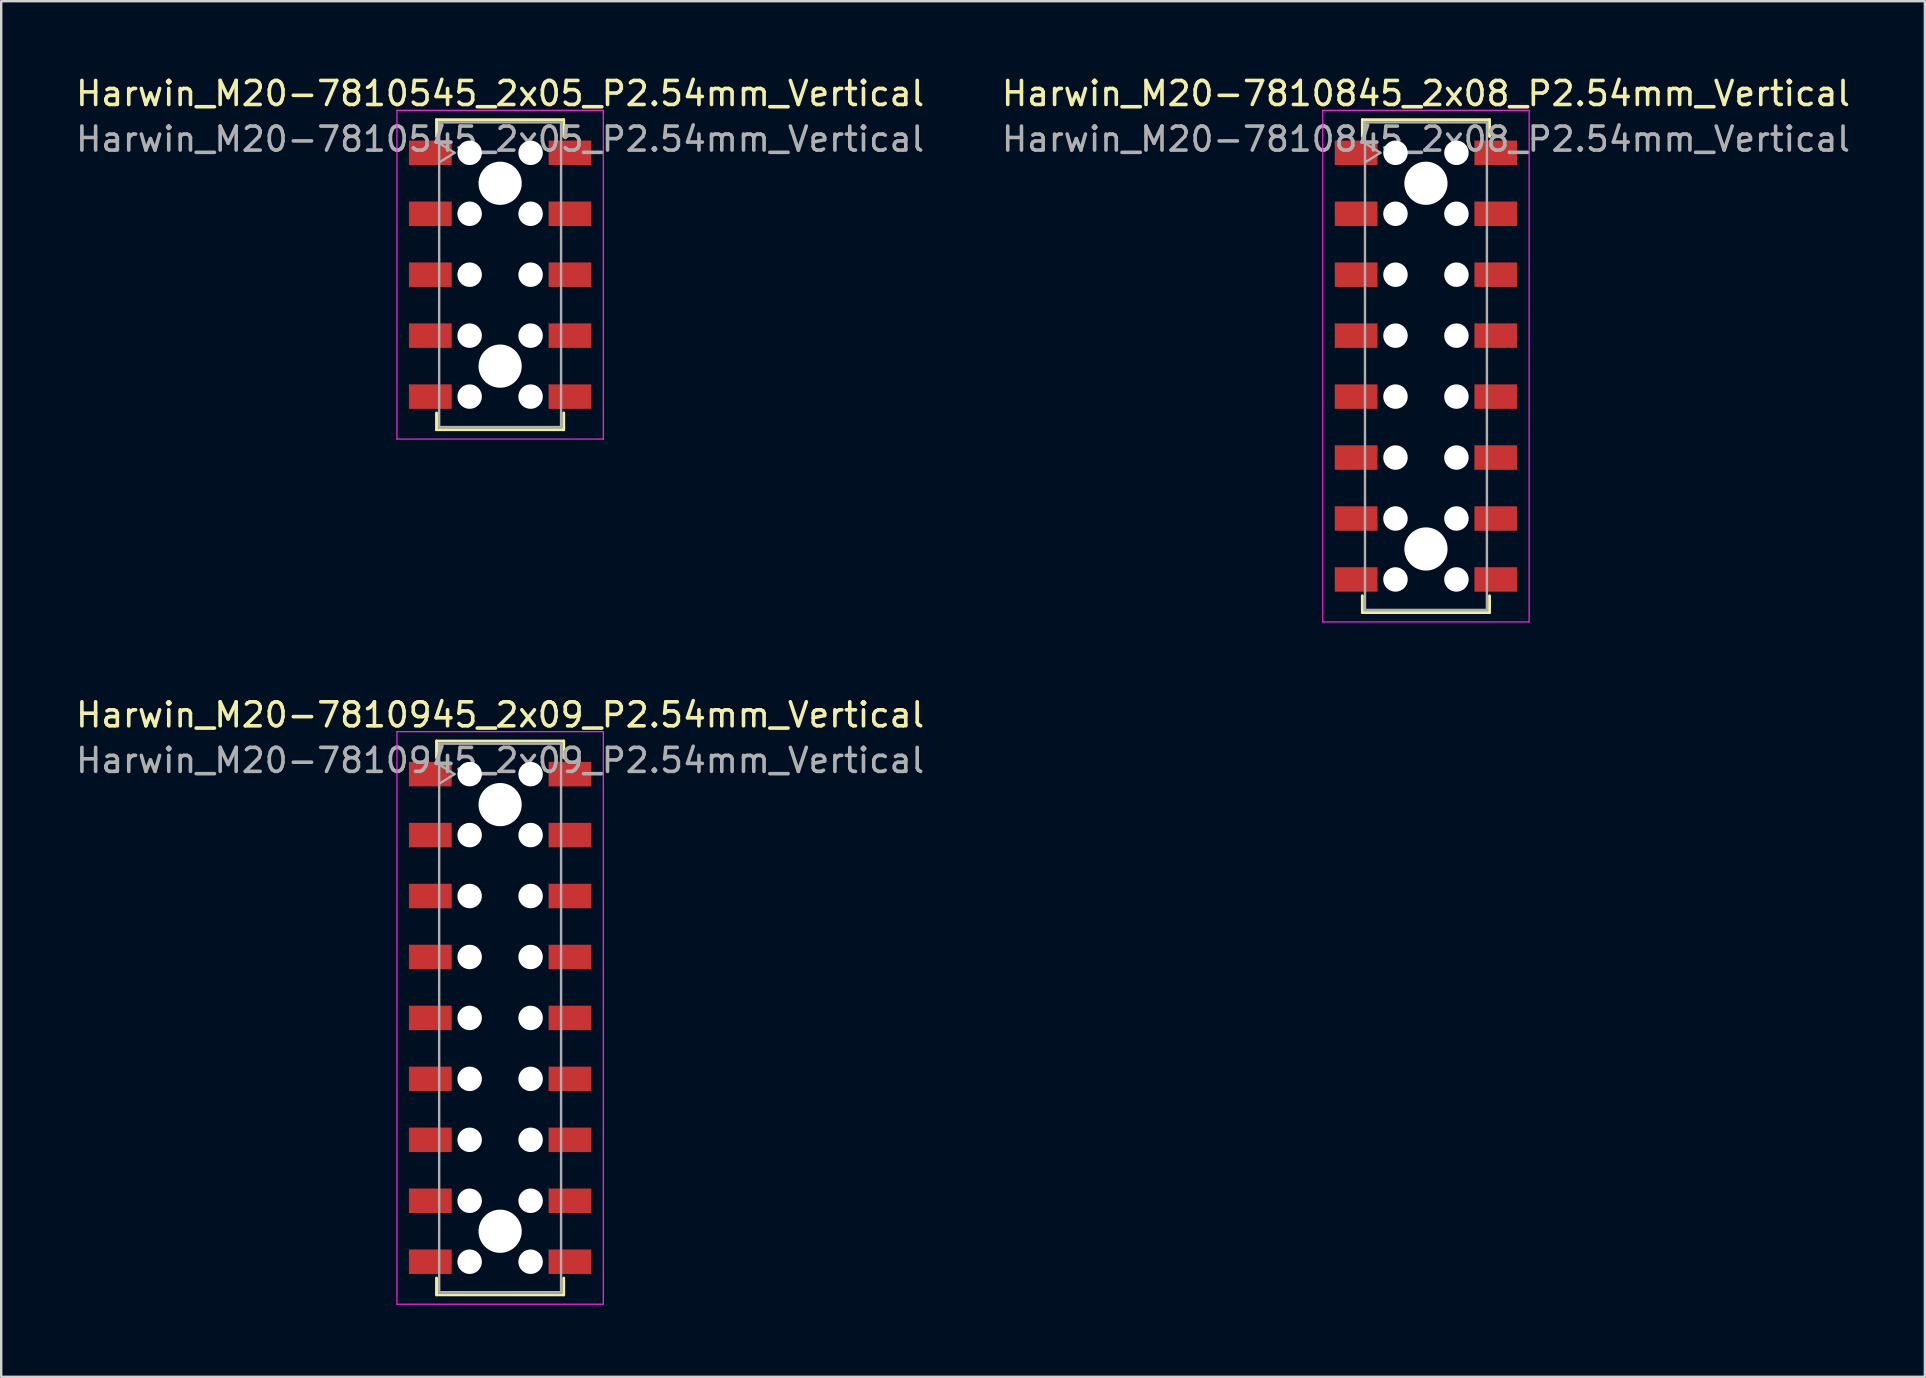
<source format=kicad_pcb>
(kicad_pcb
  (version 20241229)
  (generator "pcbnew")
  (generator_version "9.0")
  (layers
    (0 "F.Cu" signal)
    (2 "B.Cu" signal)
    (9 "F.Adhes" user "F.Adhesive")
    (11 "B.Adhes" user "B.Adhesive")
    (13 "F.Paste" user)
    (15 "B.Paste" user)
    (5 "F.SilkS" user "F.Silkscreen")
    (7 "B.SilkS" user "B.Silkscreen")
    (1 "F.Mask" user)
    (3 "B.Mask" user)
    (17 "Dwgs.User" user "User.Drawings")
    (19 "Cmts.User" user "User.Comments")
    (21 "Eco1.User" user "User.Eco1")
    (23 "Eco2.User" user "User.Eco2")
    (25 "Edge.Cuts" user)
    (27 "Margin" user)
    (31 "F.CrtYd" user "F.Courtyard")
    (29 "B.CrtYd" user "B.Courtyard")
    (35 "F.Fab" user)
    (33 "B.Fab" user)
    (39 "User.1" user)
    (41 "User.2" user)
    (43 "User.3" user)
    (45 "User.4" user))
  (footprint "Harwin_M20-7810545_2x05_P2.54mm_Vertical"
    (layer "F.Cu")
    (at 17.792 8.398)
    (property "Reference" "Harwin_M20-7810545_2x05_P2.54mm_Vertical" (at 0 -7.55 0) (layer "F.SilkS") (effects (font (size 1 1) (thickness 0.15))))
    (attr smd)
    (fp_line (start -2.65 -6.46) (end 2.65 -6.46) (stroke (width 0.12) (type solid)) (layer "F.SilkS"))
    (fp_line (start -2.65 -5.76) (end -2.65 -6.46) (stroke (width 0.12) (type solid)) (layer "F.SilkS"))
    (fp_line (start -2.65 5.76) (end -2.65 6.46) (stroke (width 0.12) (type solid)) (layer "F.SilkS"))
    (fp_line (start -2.65 6.46) (end 2.65 6.46) (stroke (width 0.12) (type solid)) (layer "F.SilkS"))
    (fp_line (start 2.65 -6.46) (end 2.65 -5.76) (stroke (width 0.12) (type solid)) (layer "F.SilkS"))
    (fp_line (start 2.65 6.46) (end 2.65 5.76) (stroke (width 0.12) (type solid)) (layer "F.SilkS"))
    (fp_line (start -4.3 -6.85) (end 4.3 -6.85) (stroke (width 0.05) (type solid)) (layer "F.CrtYd"))
    (fp_line (start -4.3 6.85) (end -4.3 -6.85) (stroke (width 0.05) (type solid)) (layer "F.CrtYd"))
    (fp_line (start 4.3 -6.85) (end 4.3 6.85) (stroke (width 0.05) (type solid)) (layer "F.CrtYd"))
    (fp_line (start 4.3 6.85) (end -4.3 6.85) (stroke (width 0.05) (type solid)) (layer "F.CrtYd"))
    (fp_line (start -2.54 -6.35) (end 2.54 -6.35) (stroke (width 0.1) (type solid)) (layer "F.Fab"))
    (fp_line (start -2.54 -5.48) (end -1.9 -5.08) (stroke (width 0.1) (type solid)) (layer "F.Fab"))
    (fp_line (start -2.54 6.35) (end -2.54 -6.35) (stroke (width 0.1) (type solid)) (layer "F.Fab"))
    (fp_line (start -1.9 -5.08) (end -2.54 -4.68) (stroke (width 0.1) (type solid)) (layer "F.Fab"))
    (fp_line (start 2.54 -6.35) (end 2.54 6.35) (stroke (width 0.1) (type solid)) (layer "F.Fab"))
    (fp_line (start 2.54 6.35) (end -2.54 6.35) (stroke (width 0.1) (type solid)) (layer "F.Fab"))
    (fp_text user "${REFERENCE}" (at 0 -5.65 0) (layer "F.Fab") (effects (font (size 1 1) (thickness 0.15))))
    (pad "" np_thru_hole circle (at -1.27 -5.08) (size 1.02 1.02) (drill 1.02) (layers "*.Cu" "*.Mask"))
    (pad "" np_thru_hole circle (at -1.27 -2.54) (size 1.02 1.02) (drill 1.02) (layers "*.Cu" "*.Mask"))
    (pad "" np_thru_hole circle (at -1.27 0) (size 1.02 1.02) (drill 1.02) (layers "*.Cu" "*.Mask"))
    (pad "" np_thru_hole circle (at -1.27 2.54) (size 1.02 1.02) (drill 1.02) (layers "*.Cu" "*.Mask"))
    (pad "" np_thru_hole circle (at -1.27 5.08) (size 1.02 1.02) (drill 1.02) (layers "*.Cu" "*.Mask"))
    (pad "" np_thru_hole circle (at 0 -3.81) (size 1.8 1.8) (drill 1.8) (layers "*.Cu" "*.Mask"))
    (pad "" np_thru_hole circle (at 0 3.81) (size 1.8 1.8) (drill 1.8) (layers "*.Cu" "*.Mask"))
    (pad "" np_thru_hole circle (at 1.27 -5.08) (size 1.02 1.02) (drill 1.02) (layers "*.Cu" "*.Mask"))
    (pad "" np_thru_hole circle (at 1.27 -2.54) (size 1.02 1.02) (drill 1.02) (layers "*.Cu" "*.Mask"))
    (pad "" np_thru_hole circle (at 1.27 0) (size 1.02 1.02) (drill 1.02) (layers "*.Cu" "*.Mask"))
    (pad "" np_thru_hole circle (at 1.27 2.54) (size 1.02 1.02) (drill 1.02) (layers "*.Cu" "*.Mask"))
    (pad "" np_thru_hole circle (at 1.27 5.08) (size 1.02 1.02) (drill 1.02) (layers "*.Cu" "*.Mask"))
    (pad "1" smd rect (at -2.91 -5.08) (size 1.78 1.02) (layers "F.Cu" "F.Mask" "F.Paste"))
    (pad "2" smd rect (at -2.91 -2.54) (size 1.78 1.02) (layers "F.Cu" "F.Mask" "F.Paste"))
    (pad "3" smd rect (at -2.91 0) (size 1.78 1.02) (layers "F.Cu" "F.Mask" "F.Paste"))
    (pad "4" smd rect (at -2.91 2.54) (size 1.78 1.02) (layers "F.Cu" "F.Mask" "F.Paste"))
    (pad "5" smd rect (at -2.91 5.08) (size 1.78 1.02) (layers "F.Cu" "F.Mask" "F.Paste"))
    (pad "6" smd rect (at 2.91 -5.08) (size 1.78 1.02) (layers "F.Cu" "F.Mask" "F.Paste"))
    (pad "7" smd rect (at 2.91 -2.54) (size 1.78 1.02) (layers "F.Cu" "F.Mask" "F.Paste"))
    (pad "8" smd rect (at 2.91 0) (size 1.78 1.02) (layers "F.Cu" "F.Mask" "F.Paste"))
    (pad "9" smd rect (at 2.91 2.54) (size 1.78 1.02) (layers "F.Cu" "F.Mask" "F.Paste"))
    (pad "10" smd rect (at 2.91 5.08) (size 1.78 1.02) (layers "F.Cu" "F.Mask" "F.Paste")))
  (footprint "Harwin_M20-7810945_2x09_P2.54mm_Vertical"
    (layer "F.Cu")
    (at 17.792 39.371)
    (property "Reference" "Harwin_M20-7810945_2x09_P2.54mm_Vertical" (at 0 -12.63 0) (layer "F.SilkS") (effects (font (size 1 1) (thickness 0.15))))
    (attr smd)
    (fp_line (start -2.65 -11.54) (end 2.65 -11.54) (stroke (width 0.12) (type solid)) (layer "F.SilkS"))
    (fp_line (start -2.65 -10.84) (end -2.65 -11.54) (stroke (width 0.12) (type solid)) (layer "F.SilkS"))
    (fp_line (start -2.65 10.84) (end -2.65 11.54) (stroke (width 0.12) (type solid)) (layer "F.SilkS"))
    (fp_line (start -2.65 11.54) (end 2.65 11.54) (stroke (width 0.12) (type solid)) (layer "F.SilkS"))
    (fp_line (start 2.65 -11.54) (end 2.65 -10.84) (stroke (width 0.12) (type solid)) (layer "F.SilkS"))
    (fp_line (start 2.65 11.54) (end 2.65 10.84) (stroke (width 0.12) (type solid)) (layer "F.SilkS"))
    (fp_line (start -4.3 -11.93) (end 4.3 -11.93) (stroke (width 0.05) (type solid)) (layer "F.CrtYd"))
    (fp_line (start -4.3 11.93) (end -4.3 -11.93) (stroke (width 0.05) (type solid)) (layer "F.CrtYd"))
    (fp_line (start 4.3 -11.93) (end 4.3 11.93) (stroke (width 0.05) (type solid)) (layer "F.CrtYd"))
    (fp_line (start 4.3 11.93) (end -4.3 11.93) (stroke (width 0.05) (type solid)) (layer "F.CrtYd"))
    (fp_line (start -2.54 -11.43) (end 2.54 -11.43) (stroke (width 0.1) (type solid)) (layer "F.Fab"))
    (fp_line (start -2.54 -10.56) (end -1.9 -10.16) (stroke (width 0.1) (type solid)) (layer "F.Fab"))
    (fp_line (start -2.54 11.43) (end -2.54 -11.43) (stroke (width 0.1) (type solid)) (layer "F.Fab"))
    (fp_line (start -1.9 -10.16) (end -2.54 -9.76) (stroke (width 0.1) (type solid)) (layer "F.Fab"))
    (fp_line (start 2.54 -11.43) (end 2.54 11.43) (stroke (width 0.1) (type solid)) (layer "F.Fab"))
    (fp_line (start 2.54 11.43) (end -2.54 11.43) (stroke (width 0.1) (type solid)) (layer "F.Fab"))
    (fp_text user "${REFERENCE}" (at 0 -10.73 0) (layer "F.Fab") (effects (font (size 1 1) (thickness 0.15))))
    (pad "" np_thru_hole circle (at -1.27 -10.16) (size 1.02 1.02) (drill 1.02) (layers "*.Cu" "*.Mask"))
    (pad "" np_thru_hole circle (at -1.27 -7.62) (size 1.02 1.02) (drill 1.02) (layers "*.Cu" "*.Mask"))
    (pad "" np_thru_hole circle (at -1.27 -5.08) (size 1.02 1.02) (drill 1.02) (layers "*.Cu" "*.Mask"))
    (pad "" np_thru_hole circle (at -1.27 -2.54) (size 1.02 1.02) (drill 1.02) (layers "*.Cu" "*.Mask"))
    (pad "" np_thru_hole circle (at -1.27 0) (size 1.02 1.02) (drill 1.02) (layers "*.Cu" "*.Mask"))
    (pad "" np_thru_hole circle (at -1.27 2.54) (size 1.02 1.02) (drill 1.02) (layers "*.Cu" "*.Mask"))
    (pad "" np_thru_hole circle (at -1.27 5.08) (size 1.02 1.02) (drill 1.02) (layers "*.Cu" "*.Mask"))
    (pad "" np_thru_hole circle (at -1.27 7.62) (size 1.02 1.02) (drill 1.02) (layers "*.Cu" "*.Mask"))
    (pad "" np_thru_hole circle (at -1.27 10.16) (size 1.02 1.02) (drill 1.02) (layers "*.Cu" "*.Mask"))
    (pad "" np_thru_hole circle (at 0 -8.89) (size 1.8 1.8) (drill 1.8) (layers "*.Cu" "*.Mask"))
    (pad "" np_thru_hole circle (at 0 8.89) (size 1.8 1.8) (drill 1.8) (layers "*.Cu" "*.Mask"))
    (pad "" np_thru_hole circle (at 1.27 -10.16) (size 1.02 1.02) (drill 1.02) (layers "*.Cu" "*.Mask"))
    (pad "" np_thru_hole circle (at 1.27 -7.62) (size 1.02 1.02) (drill 1.02) (layers "*.Cu" "*.Mask"))
    (pad "" np_thru_hole circle (at 1.27 -5.08) (size 1.02 1.02) (drill 1.02) (layers "*.Cu" "*.Mask"))
    (pad "" np_thru_hole circle (at 1.27 -2.54) (size 1.02 1.02) (drill 1.02) (layers "*.Cu" "*.Mask"))
    (pad "" np_thru_hole circle (at 1.27 0) (size 1.02 1.02) (drill 1.02) (layers "*.Cu" "*.Mask"))
    (pad "" np_thru_hole circle (at 1.27 2.54) (size 1.02 1.02) (drill 1.02) (layers "*.Cu" "*.Mask"))
    (pad "" np_thru_hole circle (at 1.27 5.08) (size 1.02 1.02) (drill 1.02) (layers "*.Cu" "*.Mask"))
    (pad "" np_thru_hole circle (at 1.27 7.62) (size 1.02 1.02) (drill 1.02) (layers "*.Cu" "*.Mask"))
    (pad "" np_thru_hole circle (at 1.27 10.16) (size 1.02 1.02) (drill 1.02) (layers "*.Cu" "*.Mask"))
    (pad "1" smd rect (at -2.91 -10.16) (size 1.78 1.02) (layers "F.Cu" "F.Mask" "F.Paste"))
    (pad "2" smd rect (at -2.91 -7.62) (size 1.78 1.02) (layers "F.Cu" "F.Mask" "F.Paste"))
    (pad "3" smd rect (at -2.91 -5.08) (size 1.78 1.02) (layers "F.Cu" "F.Mask" "F.Paste"))
    (pad "4" smd rect (at -2.91 -2.54) (size 1.78 1.02) (layers "F.Cu" "F.Mask" "F.Paste"))
    (pad "5" smd rect (at -2.91 0) (size 1.78 1.02) (layers "F.Cu" "F.Mask" "F.Paste"))
    (pad "6" smd rect (at -2.91 2.54) (size 1.78 1.02) (layers "F.Cu" "F.Mask" "F.Paste"))
    (pad "7" smd rect (at -2.91 5.08) (size 1.78 1.02) (layers "F.Cu" "F.Mask" "F.Paste"))
    (pad "8" smd rect (at -2.91 7.62) (size 1.78 1.02) (layers "F.Cu" "F.Mask" "F.Paste"))
    (pad "9" smd rect (at -2.91 10.16) (size 1.78 1.02) (layers "F.Cu" "F.Mask" "F.Paste"))
    (pad "10" smd rect (at 2.91 -10.16) (size 1.78 1.02) (layers "F.Cu" "F.Mask" "F.Paste"))
    (pad "11" smd rect (at 2.91 -7.62) (size 1.78 1.02) (layers "F.Cu" "F.Mask" "F.Paste"))
    (pad "12" smd rect (at 2.91 -5.08) (size 1.78 1.02) (layers "F.Cu" "F.Mask" "F.Paste"))
    (pad "13" smd rect (at 2.91 -2.54) (size 1.78 1.02) (layers "F.Cu" "F.Mask" "F.Paste"))
    (pad "14" smd rect (at 2.91 0) (size 1.78 1.02) (layers "F.Cu" "F.Mask" "F.Paste"))
    (pad "15" smd rect (at 2.91 2.54) (size 1.78 1.02) (layers "F.Cu" "F.Mask" "F.Paste"))
    (pad "16" smd rect (at 2.91 5.08) (size 1.78 1.02) (layers "F.Cu" "F.Mask" "F.Paste"))
    (pad "17" smd rect (at 2.91 7.62) (size 1.78 1.02) (layers "F.Cu" "F.Mask" "F.Paste"))
    (pad "18" smd rect (at 2.91 10.16) (size 1.78 1.02) (layers "F.Cu" "F.Mask" "F.Paste")))
  (footprint "Harwin_M20-7810845_2x08_P2.54mm_Vertical"
    (layer "F.Cu")
    (at 56.375 12.208)
    (property "Reference" "Harwin_M20-7810845_2x08_P2.54mm_Vertical" (at 0 -11.36 0) (layer "F.SilkS") (effects (font (size 1 1) (thickness 0.15))))
    (attr smd)
    (fp_line (start -2.65 -10.27) (end 2.65 -10.27) (stroke (width 0.12) (type solid)) (layer "F.SilkS"))
    (fp_line (start -2.65 -9.57) (end -2.65 -10.27) (stroke (width 0.12) (type solid)) (layer "F.SilkS"))
    (fp_line (start -2.65 9.57) (end -2.65 10.27) (stroke (width 0.12) (type solid)) (layer "F.SilkS"))
    (fp_line (start -2.65 10.27) (end 2.65 10.27) (stroke (width 0.12) (type solid)) (layer "F.SilkS"))
    (fp_line (start 2.65 -10.27) (end 2.65 -9.57) (stroke (width 0.12) (type solid)) (layer "F.SilkS"))
    (fp_line (start 2.65 10.27) (end 2.65 9.57) (stroke (width 0.12) (type solid)) (layer "F.SilkS"))
    (fp_line (start -4.3 -10.66) (end 4.3 -10.66) (stroke (width 0.05) (type solid)) (layer "F.CrtYd"))
    (fp_line (start -4.3 10.66) (end -4.3 -10.66) (stroke (width 0.05) (type solid)) (layer "F.CrtYd"))
    (fp_line (start 4.3 -10.66) (end 4.3 10.66) (stroke (width 0.05) (type solid)) (layer "F.CrtYd"))
    (fp_line (start 4.3 10.66) (end -4.3 10.66) (stroke (width 0.05) (type solid)) (layer "F.CrtYd"))
    (fp_line (start -2.54 -10.16) (end 2.54 -10.16) (stroke (width 0.1) (type solid)) (layer "F.Fab"))
    (fp_line (start -2.54 -9.29) (end -1.9 -8.89) (stroke (width 0.1) (type solid)) (layer "F.Fab"))
    (fp_line (start -2.54 10.16) (end -2.54 -10.16) (stroke (width 0.1) (type solid)) (layer "F.Fab"))
    (fp_line (start -1.9 -8.89) (end -2.54 -8.49) (stroke (width 0.1) (type solid)) (layer "F.Fab"))
    (fp_line (start 2.54 -10.16) (end 2.54 10.16) (stroke (width 0.1) (type solid)) (layer "F.Fab"))
    (fp_line (start 2.54 10.16) (end -2.54 10.16) (stroke (width 0.1) (type solid)) (layer "F.Fab"))
    (fp_text user "${REFERENCE}" (at 0 -9.46 0) (layer "F.Fab") (effects (font (size 1 1) (thickness 0.15))))
    (pad "" np_thru_hole circle (at -1.27 -8.89) (size 1.02 1.02) (drill 1.02) (layers "*.Cu" "*.Mask"))
    (pad "" np_thru_hole circle (at -1.27 -6.35) (size 1.02 1.02) (drill 1.02) (layers "*.Cu" "*.Mask"))
    (pad "" np_thru_hole circle (at -1.27 -3.81) (size 1.02 1.02) (drill 1.02) (layers "*.Cu" "*.Mask"))
    (pad "" np_thru_hole circle (at -1.27 -1.27) (size 1.02 1.02) (drill 1.02) (layers "*.Cu" "*.Mask"))
    (pad "" np_thru_hole circle (at -1.27 1.27) (size 1.02 1.02) (drill 1.02) (layers "*.Cu" "*.Mask"))
    (pad "" np_thru_hole circle (at -1.27 3.81) (size 1.02 1.02) (drill 1.02) (layers "*.Cu" "*.Mask"))
    (pad "" np_thru_hole circle (at -1.27 6.35) (size 1.02 1.02) (drill 1.02) (layers "*.Cu" "*.Mask"))
    (pad "" np_thru_hole circle (at -1.27 8.89) (size 1.02 1.02) (drill 1.02) (layers "*.Cu" "*.Mask"))
    (pad "" np_thru_hole circle (at 0 -7.62) (size 1.8 1.8) (drill 1.8) (layers "*.Cu" "*.Mask"))
    (pad "" np_thru_hole circle (at 0 7.62) (size 1.8 1.8) (drill 1.8) (layers "*.Cu" "*.Mask"))
    (pad "" np_thru_hole circle (at 1.27 -8.89) (size 1.02 1.02) (drill 1.02) (layers "*.Cu" "*.Mask"))
    (pad "" np_thru_hole circle (at 1.27 -6.35) (size 1.02 1.02) (drill 1.02) (layers "*.Cu" "*.Mask"))
    (pad "" np_thru_hole circle (at 1.27 -3.81) (size 1.02 1.02) (drill 1.02) (layers "*.Cu" "*.Mask"))
    (pad "" np_thru_hole circle (at 1.27 -1.27) (size 1.02 1.02) (drill 1.02) (layers "*.Cu" "*.Mask"))
    (pad "" np_thru_hole circle (at 1.27 1.27) (size 1.02 1.02) (drill 1.02) (layers "*.Cu" "*.Mask"))
    (pad "" np_thru_hole circle (at 1.27 3.81) (size 1.02 1.02) (drill 1.02) (layers "*.Cu" "*.Mask"))
    (pad "" np_thru_hole circle (at 1.27 6.35) (size 1.02 1.02) (drill 1.02) (layers "*.Cu" "*.Mask"))
    (pad "" np_thru_hole circle (at 1.27 8.89) (size 1.02 1.02) (drill 1.02) (layers "*.Cu" "*.Mask"))
    (pad "1" smd rect (at -2.91 -8.89) (size 1.78 1.02) (layers "F.Cu" "F.Mask" "F.Paste"))
    (pad "2" smd rect (at -2.91 -6.35) (size 1.78 1.02) (layers "F.Cu" "F.Mask" "F.Paste"))
    (pad "3" smd rect (at -2.91 -3.81) (size 1.78 1.02) (layers "F.Cu" "F.Mask" "F.Paste"))
    (pad "4" smd rect (at -2.91 -1.27) (size 1.78 1.02) (layers "F.Cu" "F.Mask" "F.Paste"))
    (pad "5" smd rect (at -2.91 1.27) (size 1.78 1.02) (layers "F.Cu" "F.Mask" "F.Paste"))
    (pad "6" smd rect (at -2.91 3.81) (size 1.78 1.02) (layers "F.Cu" "F.Mask" "F.Paste"))
    (pad "7" smd rect (at -2.91 6.35) (size 1.78 1.02) (layers "F.Cu" "F.Mask" "F.Paste"))
    (pad "8" smd rect (at -2.91 8.89) (size 1.78 1.02) (layers "F.Cu" "F.Mask" "F.Paste"))
    (pad "9" smd rect (at 2.91 -8.89) (size 1.78 1.02) (layers "F.Cu" "F.Mask" "F.Paste"))
    (pad "10" smd rect (at 2.91 -6.35) (size 1.78 1.02) (layers "F.Cu" "F.Mask" "F.Paste"))
    (pad "11" smd rect (at 2.91 -3.81) (size 1.78 1.02) (layers "F.Cu" "F.Mask" "F.Paste"))
    (pad "12" smd rect (at 2.91 -1.27) (size 1.78 1.02) (layers "F.Cu" "F.Mask" "F.Paste"))
    (pad "13" smd rect (at 2.91 1.27) (size 1.78 1.02) (layers "F.Cu" "F.Mask" "F.Paste"))
    (pad "14" smd rect (at 2.91 3.81) (size 1.78 1.02) (layers "F.Cu" "F.Mask" "F.Paste"))
    (pad "15" smd rect (at 2.91 6.35) (size 1.78 1.02) (layers "F.Cu" "F.Mask" "F.Paste"))
    (pad "16" smd rect (at 2.91 8.89) (size 1.78 1.02) (layers "F.Cu" "F.Mask" "F.Paste")))
  (gr_rect
    (start -3 -3)
    (end 77.167 54.327)
    (stroke (width 0.1) (type default))
    (fill no)
    (layer "Edge.Cuts")))
</source>
